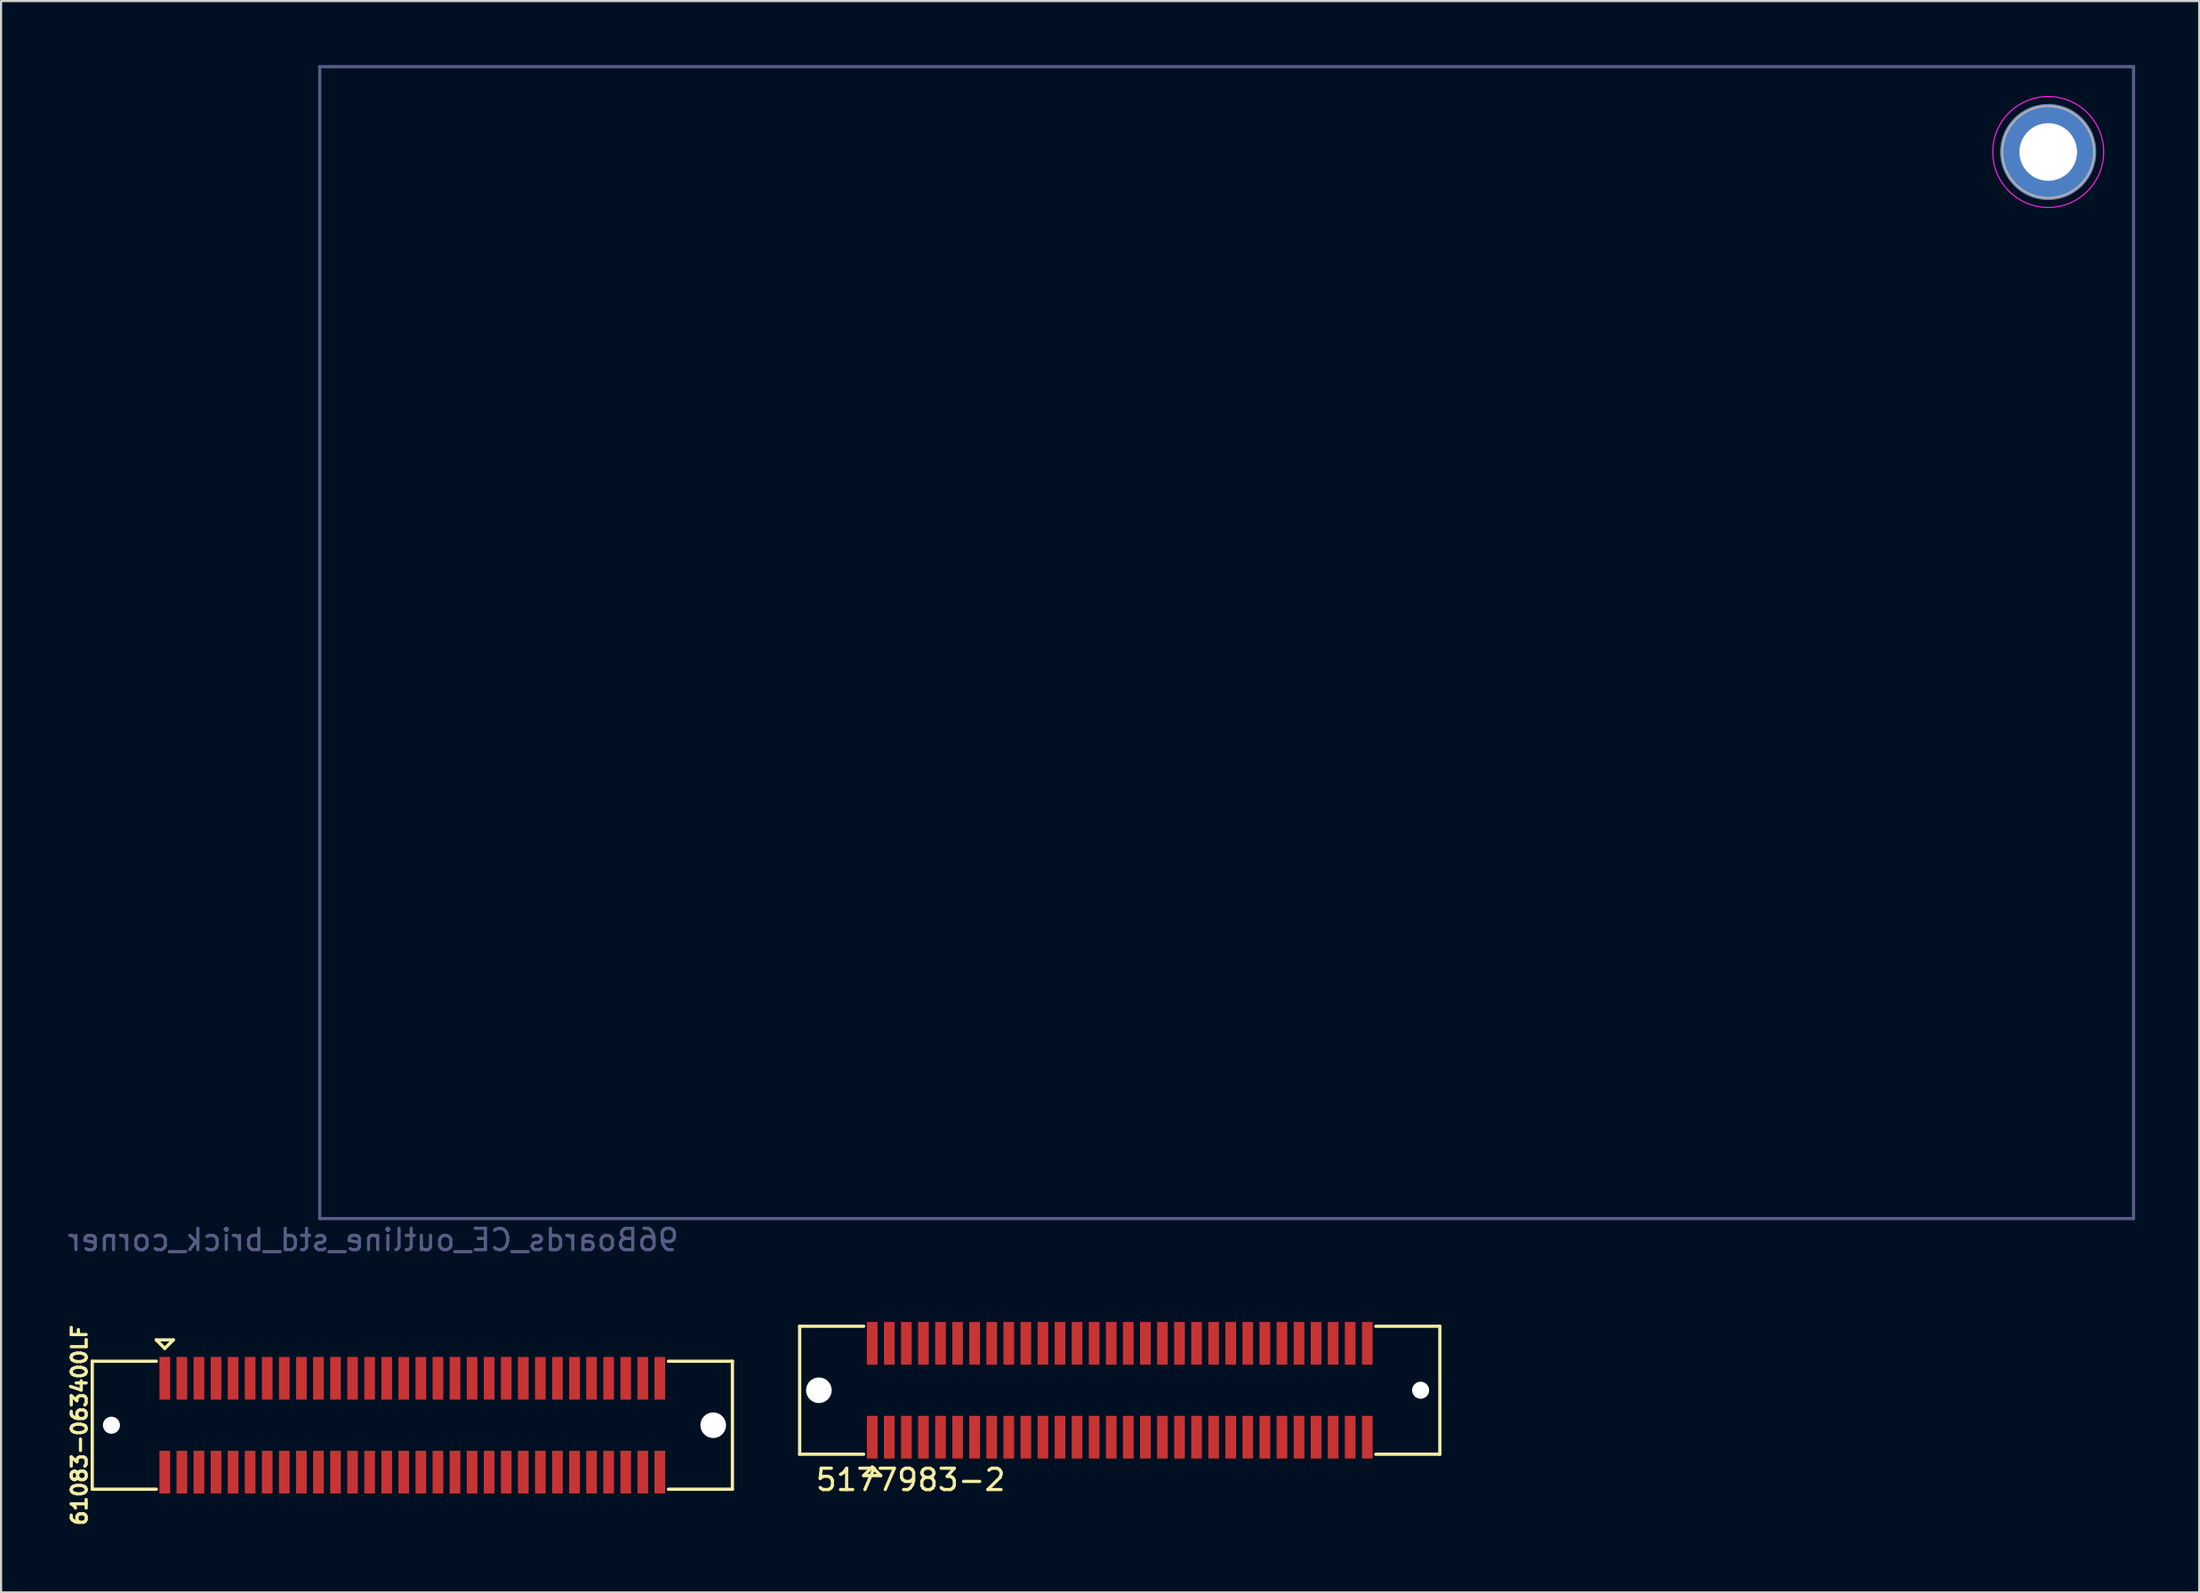
<source format=kicad_pcb>
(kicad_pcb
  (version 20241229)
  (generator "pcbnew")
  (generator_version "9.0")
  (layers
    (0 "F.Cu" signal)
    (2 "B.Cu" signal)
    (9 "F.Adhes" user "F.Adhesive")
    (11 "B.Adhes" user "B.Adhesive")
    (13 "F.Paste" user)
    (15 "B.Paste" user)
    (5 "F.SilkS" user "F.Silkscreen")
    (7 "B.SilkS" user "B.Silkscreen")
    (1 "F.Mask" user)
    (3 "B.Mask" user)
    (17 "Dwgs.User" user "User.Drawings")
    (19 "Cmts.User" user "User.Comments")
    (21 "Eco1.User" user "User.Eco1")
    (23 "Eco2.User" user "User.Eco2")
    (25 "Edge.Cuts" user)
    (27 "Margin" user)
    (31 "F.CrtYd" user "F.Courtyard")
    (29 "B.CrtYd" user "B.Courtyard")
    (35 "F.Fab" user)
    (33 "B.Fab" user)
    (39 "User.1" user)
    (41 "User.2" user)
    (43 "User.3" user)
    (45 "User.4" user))
  (footprint "61083-063400LF"
    (layer "F.Cu")
    (at 16.273 63.762)
    (property "Reference" "61083-063400LF" (at -15.6 0 270) (layer "F.SilkS") (effects (font (size 0.7 0.7) (thickness 0.15))))
    (attr through_hole)
    (fp_line (start -15 -3) (end -15 3) (stroke (width 0.152) (type solid)) (layer "F.SilkS"))
    (fp_line (start -15 -3) (end -12 -3) (stroke (width 0.152) (type solid)) (layer "F.SilkS"))
    (fp_line (start -15 3) (end -12 3) (stroke (width 0.152) (type solid)) (layer "F.SilkS"))
    (fp_line (start -12 -4) (end -11.6 -3.6) (stroke (width 0.152) (type solid)) (layer "F.SilkS"))
    (fp_line (start -11.6 -3.6) (end -11.2 -4) (stroke (width 0.152) (type solid)) (layer "F.SilkS"))
    (fp_line (start -11.2 -4) (end -12 -4) (stroke (width 0.152) (type solid)) (layer "F.SilkS"))
    (fp_line (start 15 -3) (end 12 -3) (stroke (width 0.152) (type solid)) (layer "F.SilkS"))
    (fp_line (start 15 -3) (end 15 3) (stroke (width 0.152) (type solid)) (layer "F.SilkS"))
    (fp_line (start 15 3) (end 12 3) (stroke (width 0.152) (type solid)) (layer "F.SilkS"))
    (pad "" np_thru_hole circle (at -14.1 0) (size 0.8 0.8) (drill 0.8) (layers "*.Cu" "*.Mask"))
    (pad "" np_thru_hole circle (at 14.1 0) (size 1.2 1.2) (drill 1.2) (layers "*.Cu" "*.Mask"))
    (pad "1" smd rect (at -11.6 -2.2) (size 0.5 2) (layers "F.Cu" "F.Mask" "F.Paste"))
    (pad "2" smd rect (at -11.6 2.2) (size 0.5 2) (layers "F.Cu" "F.Mask" "F.Paste"))
    (pad "3" smd rect (at -10.8 -2.2) (size 0.5 2) (layers "F.Cu" "F.Mask" "F.Paste"))
    (pad "4" smd rect (at -10.8 2.2) (size 0.5 2) (layers "F.Cu" "F.Mask" "F.Paste"))
    (pad "5" smd rect (at -10 -2.2) (size 0.5 2) (layers "F.Cu" "F.Mask" "F.Paste"))
    (pad "6" smd rect (at -10 2.2) (size 0.5 2) (layers "F.Cu" "F.Mask" "F.Paste"))
    (pad "7" smd rect (at -9.2 -2.2) (size 0.5 2) (layers "F.Cu" "F.Mask" "F.Paste"))
    (pad "8" smd rect (at -9.2 2.2) (size 0.5 2) (layers "F.Cu" "F.Mask" "F.Paste"))
    (pad "9" smd rect (at -8.4 -2.2) (size 0.5 2) (layers "F.Cu" "F.Mask" "F.Paste"))
    (pad "10" smd rect (at -8.4 2.2) (size 0.5 2) (layers "F.Cu" "F.Mask" "F.Paste"))
    (pad "11" smd rect (at -7.6 -2.2) (size 0.5 2) (layers "F.Cu" "F.Mask" "F.Paste"))
    (pad "12" smd rect (at -7.6 2.2) (size 0.5 2) (layers "F.Cu" "F.Mask" "F.Paste"))
    (pad "13" smd rect (at -6.8 -2.2) (size 0.5 2) (layers "F.Cu" "F.Mask" "F.Paste"))
    (pad "14" smd rect (at -6.8 2.2) (size 0.5 2) (layers "F.Cu" "F.Mask" "F.Paste"))
    (pad "15" smd rect (at -6 -2.2) (size 0.5 2) (layers "F.Cu" "F.Mask" "F.Paste"))
    (pad "16" smd rect (at -6 2.2) (size 0.5 2) (layers "F.Cu" "F.Mask" "F.Paste"))
    (pad "17" smd rect (at -5.2 -2.2) (size 0.5 2) (layers "F.Cu" "F.Mask" "F.Paste"))
    (pad "18" smd rect (at -5.2 2.2) (size 0.5 2) (layers "F.Cu" "F.Mask" "F.Paste"))
    (pad "19" smd rect (at -4.4 -2.2) (size 0.5 2) (layers "F.Cu" "F.Mask" "F.Paste"))
    (pad "20" smd rect (at -4.4 2.2) (size 0.5 2) (layers "F.Cu" "F.Mask" "F.Paste"))
    (pad "21" smd rect (at -3.6 -2.2) (size 0.5 2) (layers "F.Cu" "F.Mask" "F.Paste"))
    (pad "22" smd rect (at -3.6 2.2) (size 0.5 2) (layers "F.Cu" "F.Mask" "F.Paste"))
    (pad "23" smd rect (at -2.8 -2.2) (size 0.5 2) (layers "F.Cu" "F.Mask" "F.Paste"))
    (pad "24" smd rect (at -2.8 2.2) (size 0.5 2) (layers "F.Cu" "F.Mask" "F.Paste"))
    (pad "25" smd rect (at -2 -2.2) (size 0.5 2) (layers "F.Cu" "F.Mask" "F.Paste"))
    (pad "26" smd rect (at -2 2.2) (size 0.5 2) (layers "F.Cu" "F.Mask" "F.Paste"))
    (pad "27" smd rect (at -1.2 -2.2) (size 0.5 2) (layers "F.Cu" "F.Mask" "F.Paste"))
    (pad "28" smd rect (at -1.2 2.2) (size 0.5 2) (layers "F.Cu" "F.Mask" "F.Paste"))
    (pad "29" smd rect (at -0.4 -2.2) (size 0.5 2) (layers "F.Cu" "F.Mask" "F.Paste"))
    (pad "30" smd rect (at -0.4 2.2) (size 0.5 2) (layers "F.Cu" "F.Mask" "F.Paste"))
    (pad "31" smd rect (at 0.4 -2.2) (size 0.5 2) (layers "F.Cu" "F.Mask" "F.Paste"))
    (pad "32" smd rect (at 0.4 2.2) (size 0.5 2) (layers "F.Cu" "F.Mask" "F.Paste"))
    (pad "33" smd rect (at 1.2 -2.2) (size 0.5 2) (layers "F.Cu" "F.Mask" "F.Paste"))
    (pad "34" smd rect (at 1.2 2.2) (size 0.5 2) (layers "F.Cu" "F.Mask" "F.Paste"))
    (pad "35" smd rect (at 2 -2.2) (size 0.5 2) (layers "F.Cu" "F.Mask" "F.Paste"))
    (pad "36" smd rect (at 2 2.2) (size 0.5 2) (layers "F.Cu" "F.Mask" "F.Paste"))
    (pad "37" smd rect (at 2.8 -2.2) (size 0.5 2) (layers "F.Cu" "F.Mask" "F.Paste"))
    (pad "38" smd rect (at 2.8 2.2) (size 0.5 2) (layers "F.Cu" "F.Mask" "F.Paste"))
    (pad "39" smd rect (at 3.6 -2.2) (size 0.5 2) (layers "F.Cu" "F.Mask" "F.Paste"))
    (pad "40" smd rect (at 3.6 2.2) (size 0.5 2) (layers "F.Cu" "F.Mask" "F.Paste"))
    (pad "41" smd rect (at 4.4 -2.2) (size 0.5 2) (layers "F.Cu" "F.Mask" "F.Paste"))
    (pad "42" smd rect (at 4.4 2.2) (size 0.5 2) (layers "F.Cu" "F.Mask" "F.Paste"))
    (pad "43" smd rect (at 5.2 -2.2) (size 0.5 2) (layers "F.Cu" "F.Mask" "F.Paste"))
    (pad "44" smd rect (at 5.2 2.2) (size 0.5 2) (layers "F.Cu" "F.Mask" "F.Paste"))
    (pad "45" smd rect (at 6 -2.2) (size 0.5 2) (layers "F.Cu" "F.Mask" "F.Paste"))
    (pad "46" smd rect (at 6 2.2) (size 0.5 2) (layers "F.Cu" "F.Mask" "F.Paste"))
    (pad "47" smd rect (at 6.8 -2.2) (size 0.5 2) (layers "F.Cu" "F.Mask" "F.Paste"))
    (pad "48" smd rect (at 6.8 2.2) (size 0.5 2) (layers "F.Cu" "F.Mask" "F.Paste"))
    (pad "49" smd rect (at 7.6 -2.2) (size 0.5 2) (layers "F.Cu" "F.Mask" "F.Paste"))
    (pad "50" smd rect (at 7.6 2.2) (size 0.5 2) (layers "F.Cu" "F.Mask" "F.Paste"))
    (pad "51" smd rect (at 8.4 -2.2) (size 0.5 2) (layers "F.Cu" "F.Mask" "F.Paste"))
    (pad "52" smd rect (at 8.4 2.2) (size 0.5 2) (layers "F.Cu" "F.Mask" "F.Paste"))
    (pad "53" smd rect (at 9.2 -2.2) (size 0.5 2) (layers "F.Cu" "F.Mask" "F.Paste"))
    (pad "54" smd rect (at 9.2 2.2) (size 0.5 2) (layers "F.Cu" "F.Mask" "F.Paste"))
    (pad "55" smd rect (at 10 -2.2) (size 0.5 2) (layers "F.Cu" "F.Mask" "F.Paste"))
    (pad "56" smd rect (at 10 2.2) (size 0.5 2) (layers "F.Cu" "F.Mask" "F.Paste"))
    (pad "57" smd rect (at 10.8 -2.2) (size 0.5 2) (layers "F.Cu" "F.Mask" "F.Paste"))
    (pad "58" smd rect (at 10.8 2.2) (size 0.5 2) (layers "F.Cu" "F.Mask" "F.Paste"))
    (pad "59" smd rect (at 11.6 -2.2) (size 0.5 2) (layers "F.Cu" "F.Mask" "F.Paste"))
    (pad "60" smd rect (at 11.6 2.2) (size 0.5 2) (layers "F.Cu" "F.Mask" "F.Paste")))
  (footprint "96Boards_CE_outline_std_brick_corner"
    (layer "F.Cu")
    (at 11.935 54.075)
    (property "Reference" "96Boards_CE_outline_std_brick_corner" (at 2.5 1 0) (layer "B.Fab") (effects (font (size 1 1) (thickness 0.15)) (justify mirror)))
    (attr through_hole board_only exclude_from_pos_files exclude_from_bom)
    (fp_circle (center 81 -50) (end 83.6 -50) (stroke (width 0.05) (type solid)) (fill no) (layer "F.CrtYd"))
    (fp_line (start 0 -54) (end 85 -54) (stroke (width 0.15) (type solid)) (layer "B.Fab"))
    (fp_line (start 0 0) (end 0 -54) (stroke (width 0.15) (type solid)) (layer "B.Fab"))
    (fp_line (start 85 -54) (end 85 0) (stroke (width 0.15) (type solid)) (layer "B.Fab"))
    (fp_line (start 85 0) (end 0 0) (stroke (width 0.15) (type solid)) (layer "B.Fab"))
    (fp_circle (center 81 -50) (end 83 -49.2) (stroke (width 0.1) (type solid)) (fill no) (layer "F.Fab"))
    (pad "1" thru_hole circle (at 81 -50) (size 4.5 4.5) (drill 2.7) (layers "*.Cu" "*.Mask")))
  (footprint "5177983-2"
    (layer "F.Cu")
    (at 49.425 62.123)
    (property "Reference" "5177983-2" (at -9.8 4.2 0) (layer "F.SilkS") (effects (font (size 1 1) (thickness 0.15))))
    (attr through_hole)
    (fp_line (start -15 -3) (end -15 3) (stroke (width 0.152) (type solid)) (layer "F.SilkS"))
    (fp_line (start -15 -3) (end -12 -3) (stroke (width 0.152) (type solid)) (layer "F.SilkS"))
    (fp_line (start -15 3) (end -12 3) (stroke (width 0.152) (type solid)) (layer "F.SilkS"))
    (fp_line (start -12 4) (end -11.6 3.6) (stroke (width 0.152) (type solid)) (layer "F.SilkS"))
    (fp_line (start -11.6 3.6) (end -11.2 4) (stroke (width 0.152) (type solid)) (layer "F.SilkS"))
    (fp_line (start -11.2 4) (end -12 4) (stroke (width 0.152) (type solid)) (layer "F.SilkS"))
    (fp_line (start 15 -3) (end 12 -3) (stroke (width 0.152) (type solid)) (layer "F.SilkS"))
    (fp_line (start 15 -3) (end 15 3) (stroke (width 0.152) (type solid)) (layer "F.SilkS"))
    (fp_line (start 15 3) (end 12 3) (stroke (width 0.152) (type solid)) (layer "F.SilkS"))
    (pad "" np_thru_hole circle (at -14.1 0) (size 1.2 1.2) (drill 1.2) (layers "*.Cu" "*.Mask"))
    (pad "" np_thru_hole circle (at 14.1 0) (size 0.8 0.8) (drill 0.8) (layers "*.Cu" "*.Mask"))
    (pad "1" smd rect (at -11.6 2.2) (size 0.5 2) (layers "F.Cu" "F.Mask" "F.Paste"))
    (pad "2" smd rect (at -11.6 -2.2) (size 0.5 2) (layers "F.Cu" "F.Mask" "F.Paste"))
    (pad "3" smd rect (at -10.8 2.2) (size 0.5 2) (layers "F.Cu" "F.Mask" "F.Paste"))
    (pad "4" smd rect (at -10.8 -2.2) (size 0.5 2) (layers "F.Cu" "F.Mask" "F.Paste"))
    (pad "5" smd rect (at -10 2.2) (size 0.5 2) (layers "F.Cu" "F.Mask" "F.Paste"))
    (pad "6" smd rect (at -10 -2.2) (size 0.5 2) (layers "F.Cu" "F.Mask" "F.Paste"))
    (pad "7" smd rect (at -9.2 2.2) (size 0.5 2) (layers "F.Cu" "F.Mask" "F.Paste"))
    (pad "8" smd rect (at -9.2 -2.2) (size 0.5 2) (layers "F.Cu" "F.Mask" "F.Paste"))
    (pad "9" smd rect (at -8.4 2.2) (size 0.5 2) (layers "F.Cu" "F.Mask" "F.Paste"))
    (pad "10" smd rect (at -8.4 -2.2) (size 0.5 2) (layers "F.Cu" "F.Mask" "F.Paste"))
    (pad "11" smd rect (at -7.6 2.2) (size 0.5 2) (layers "F.Cu" "F.Mask" "F.Paste"))
    (pad "12" smd rect (at -7.6 -2.2) (size 0.5 2) (layers "F.Cu" "F.Mask" "F.Paste"))
    (pad "13" smd rect (at -6.8 2.2) (size 0.5 2) (layers "F.Cu" "F.Mask" "F.Paste"))
    (pad "14" smd rect (at -6.8 -2.2) (size 0.5 2) (layers "F.Cu" "F.Mask" "F.Paste"))
    (pad "15" smd rect (at -6 2.2) (size 0.5 2) (layers "F.Cu" "F.Mask" "F.Paste"))
    (pad "16" smd rect (at -6 -2.2) (size 0.5 2) (layers "F.Cu" "F.Mask" "F.Paste"))
    (pad "17" smd rect (at -5.2 2.2) (size 0.5 2) (layers "F.Cu" "F.Mask" "F.Paste"))
    (pad "18" smd rect (at -5.2 -2.2) (size 0.5 2) (layers "F.Cu" "F.Mask" "F.Paste"))
    (pad "19" smd rect (at -4.4 2.2) (size 0.5 2) (layers "F.Cu" "F.Mask" "F.Paste"))
    (pad "20" smd rect (at -4.4 -2.2) (size 0.5 2) (layers "F.Cu" "F.Mask" "F.Paste"))
    (pad "21" smd rect (at -3.6 2.2) (size 0.5 2) (layers "F.Cu" "F.Mask" "F.Paste"))
    (pad "22" smd rect (at -3.6 -2.2) (size 0.5 2) (layers "F.Cu" "F.Mask" "F.Paste"))
    (pad "23" smd rect (at -2.8 2.2) (size 0.5 2) (layers "F.Cu" "F.Mask" "F.Paste"))
    (pad "24" smd rect (at -2.8 -2.2) (size 0.5 2) (layers "F.Cu" "F.Mask" "F.Paste"))
    (pad "25" smd rect (at -2 2.2) (size 0.5 2) (layers "F.Cu" "F.Mask" "F.Paste"))
    (pad "26" smd rect (at -2 -2.2) (size 0.5 2) (layers "F.Cu" "F.Mask" "F.Paste"))
    (pad "27" smd rect (at -1.2 2.2) (size 0.5 2) (layers "F.Cu" "F.Mask" "F.Paste"))
    (pad "28" smd rect (at -1.2 -2.2) (size 0.5 2) (layers "F.Cu" "F.Mask" "F.Paste"))
    (pad "29" smd rect (at -0.4 2.2) (size 0.5 2) (layers "F.Cu" "F.Mask" "F.Paste"))
    (pad "30" smd rect (at -0.4 -2.2) (size 0.5 2) (layers "F.Cu" "F.Mask" "F.Paste"))
    (pad "31" smd rect (at 0.4 2.2) (size 0.5 2) (layers "F.Cu" "F.Mask" "F.Paste"))
    (pad "32" smd rect (at 0.4 -2.2) (size 0.5 2) (layers "F.Cu" "F.Mask" "F.Paste"))
    (pad "33" smd rect (at 1.2 2.2) (size 0.5 2) (layers "F.Cu" "F.Mask" "F.Paste"))
    (pad "34" smd rect (at 1.2 -2.2) (size 0.5 2) (layers "F.Cu" "F.Mask" "F.Paste"))
    (pad "35" smd rect (at 2 2.2) (size 0.5 2) (layers "F.Cu" "F.Mask" "F.Paste"))
    (pad "36" smd rect (at 2 -2.2) (size 0.5 2) (layers "F.Cu" "F.Mask" "F.Paste"))
    (pad "37" smd rect (at 2.8 2.2) (size 0.5 2) (layers "F.Cu" "F.Mask" "F.Paste"))
    (pad "38" smd rect (at 2.8 -2.2) (size 0.5 2) (layers "F.Cu" "F.Mask" "F.Paste"))
    (pad "39" smd rect (at 3.6 2.2) (size 0.5 2) (layers "F.Cu" "F.Mask" "F.Paste"))
    (pad "40" smd rect (at 3.6 -2.2) (size 0.5 2) (layers "F.Cu" "F.Mask" "F.Paste"))
    (pad "41" smd rect (at 4.4 2.2) (size 0.5 2) (layers "F.Cu" "F.Mask" "F.Paste"))
    (pad "42" smd rect (at 4.4 -2.2) (size 0.5 2) (layers "F.Cu" "F.Mask" "F.Paste"))
    (pad "43" smd rect (at 5.2 2.2) (size 0.5 2) (layers "F.Cu" "F.Mask" "F.Paste"))
    (pad "44" smd rect (at 5.2 -2.2) (size 0.5 2) (layers "F.Cu" "F.Mask" "F.Paste"))
    (pad "45" smd rect (at 6 2.2) (size 0.5 2) (layers "F.Cu" "F.Mask" "F.Paste"))
    (pad "46" smd rect (at 6 -2.2) (size 0.5 2) (layers "F.Cu" "F.Mask" "F.Paste"))
    (pad "47" smd rect (at 6.8 2.2) (size 0.5 2) (layers "F.Cu" "F.Mask" "F.Paste"))
    (pad "48" smd rect (at 6.8 -2.2) (size 0.5 2) (layers "F.Cu" "F.Mask" "F.Paste"))
    (pad "49" smd rect (at 7.6 2.2) (size 0.5 2) (layers "F.Cu" "F.Mask" "F.Paste"))
    (pad "50" smd rect (at 7.6 -2.2) (size 0.5 2) (layers "F.Cu" "F.Mask" "F.Paste"))
    (pad "51" smd rect (at 8.4 2.2) (size 0.5 2) (layers "F.Cu" "F.Mask" "F.Paste"))
    (pad "52" smd rect (at 8.4 -2.2) (size 0.5 2) (layers "F.Cu" "F.Mask" "F.Paste"))
    (pad "53" smd rect (at 9.2 2.2) (size 0.5 2) (layers "F.Cu" "F.Mask" "F.Paste"))
    (pad "54" smd rect (at 9.2 -2.2) (size 0.5 2) (layers "F.Cu" "F.Mask" "F.Paste"))
    (pad "55" smd rect (at 10 2.2) (size 0.5 2) (layers "F.Cu" "F.Mask" "F.Paste"))
    (pad "56" smd rect (at 10 -2.2) (size 0.5 2) (layers "F.Cu" "F.Mask" "F.Paste"))
    (pad "57" smd rect (at 10.8 2.2) (size 0.5 2) (layers "F.Cu" "F.Mask" "F.Paste"))
    (pad "58" smd rect (at 10.8 -2.2) (size 0.5 2) (layers "F.Cu" "F.Mask" "F.Paste"))
    (pad "59" smd rect (at 11.6 2.2) (size 0.5 2) (layers "F.Cu" "F.Mask" "F.Paste"))
    (pad "60" smd rect (at 11.6 -2.2) (size 0.5 2) (layers "F.Cu" "F.Mask" "F.Paste")))
  (gr_rect
    (start -3 -3)
    (end 100.01 71.6)
    (stroke (width 0.1) (type default))
    (fill no)
    (layer "Edge.Cuts")))
</source>
